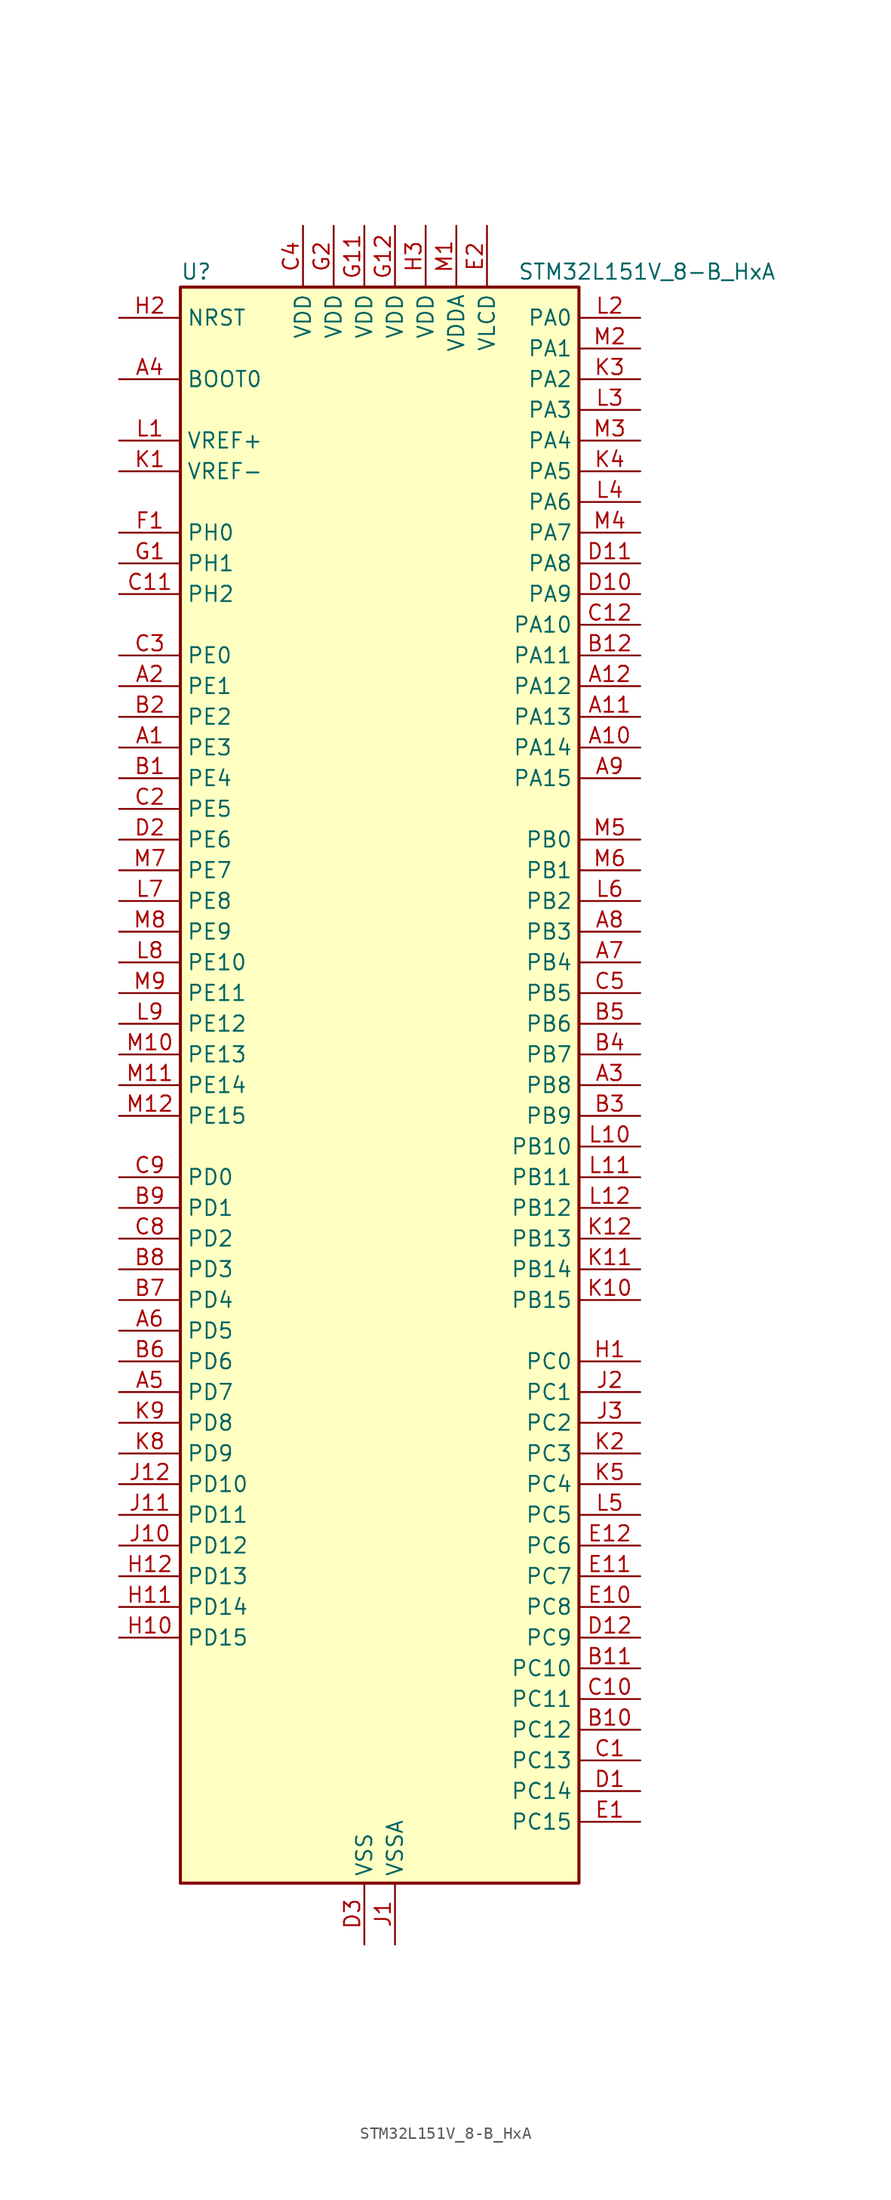
<source format=kicad_sym>
(kicad_symbol_lib
  (version 20231120)
  (generator "kicad-library-utils")
  (generator_version "8.0")
  (symbol "STM32L151V_8-B_HxA"
    (property "Reference" "U"
      (at -15.24 67.31 0)
      (effects (font (size 1.27 1.27)) (justify left)))
    (property "Value" "STM32L151V_8-B_HxA"
      (at 12.7 67.31 0)
      (effects (font (size 1.27 1.27)) (justify left)))
    (symbol "STM32L151V_8-B_HxA_0_1"
      (rectangle (start -15.24 -66.04) (end 17.78 66.04) (stroke (width 0.254) (type default)) (fill (type background))))
    (symbol "STM32L151V_8-B_HxA_1_1"
      (pin bidirectional line (at -20.32 27.94 0) (length 5.08) (name "PE3" (effects (font (size 1.27 1.27)))) (number "A1" (effects (font (size 1.27 1.27)))) (alternate "SYS_TRACED0" bidirectional line) (alternate "TIM3_CH1" bidirectional line) (alternate "TIMX_IC4" bidirectional line))
      (pin bidirectional line (at 22.86 27.94 180) (length 5.08) (name "PA14" (effects (font (size 1.27 1.27)))) (number "A10" (effects (font (size 1.27 1.27)))) (alternate "SYS_JTCK-SWCLK" bidirectional line) (alternate "TIMX_IC3" bidirectional line) (alternate "TS_G5_IO2" bidirectional line))
      (pin bidirectional line (at 22.86 30.48 180) (length 5.08) (name "PA13" (effects (font (size 1.27 1.27)))) (number "A11" (effects (font (size 1.27 1.27)))) (alternate "SYS_JTMS-SWDIO" bidirectional line) (alternate "TIMX_IC2" bidirectional line) (alternate "TS_G5_IO1" bidirectional line))
      (pin bidirectional line (at 22.86 33.02 180) (length 5.08) (name "PA12" (effects (font (size 1.27 1.27)))) (number "A12" (effects (font (size 1.27 1.27)))) (alternate "SPI1_MOSI" bidirectional line) (alternate "TIMX_IC1" bidirectional line) (alternate "USART1_RTS" bidirectional line) (alternate "USB_DP" bidirectional line))
      (pin bidirectional line (at -20.32 33.02 0) (length 5.08) (name "PE1" (effects (font (size 1.27 1.27)))) (number "A2" (effects (font (size 1.27 1.27)))) (alternate "TIM11_CH1" bidirectional line) (alternate "TIMX_IC2" bidirectional line))
      (pin bidirectional line (at 22.86 0 180) (length 5.08) (name "PB8" (effects (font (size 1.27 1.27)))) (number "A3" (effects (font (size 1.27 1.27)))) (alternate "I2C1_SCL" bidirectional line) (alternate "TIM10_CH1" bidirectional line) (alternate "TIM4_CH3" bidirectional line))
      (pin input line (at -20.32 58.42 0) (length 5.08) (name "BOOT0" (effects (font (size 1.27 1.27)))) (number "A4" (effects (font (size 1.27 1.27)))))
      (pin bidirectional line (at -20.32 -25.4 0) (length 5.08) (name "PD7" (effects (font (size 1.27 1.27)))) (number "A5" (effects (font (size 1.27 1.27)))) (alternate "TIM9_CH2" bidirectional line) (alternate "TIMX_IC4" bidirectional line) (alternate "USART2_CK" bidirectional line))
      (pin bidirectional line (at -20.32 -20.32 0) (length 5.08) (name "PD5" (effects (font (size 1.27 1.27)))) (number "A6" (effects (font (size 1.27 1.27)))) (alternate "TIMX_IC2" bidirectional line) (alternate "USART2_TX" bidirectional line))
      (pin bidirectional line (at 22.86 10.16 180) (length 5.08) (name "PB4" (effects (font (size 1.27 1.27)))) (number "A7" (effects (font (size 1.27 1.27)))) (alternate "COMP2_INP" bidirectional line) (alternate "SPI1_MISO" bidirectional line) (alternate "SYS_JTRST" bidirectional line) (alternate "TIM3_CH1" bidirectional line) (alternate "TS_G6_IO1" bidirectional line))
      (pin bidirectional line (at 22.86 12.7 180) (length 5.08) (name "PB3" (effects (font (size 1.27 1.27)))) (number "A8" (effects (font (size 1.27 1.27)))) (alternate "COMP2_INM" bidirectional line) (alternate "SPI1_SCK" bidirectional line) (alternate "SYS_JTDO-TRACESWO" bidirectional line) (alternate "TIM2_CH2" bidirectional line))
      (pin bidirectional line (at 22.86 25.4 180) (length 5.08) (name "PA15" (effects (font (size 1.27 1.27)))) (number "A9" (effects (font (size 1.27 1.27)))) (alternate "ADC_EXTI15" bidirectional line) (alternate "SPI1_NSS" bidirectional line) (alternate "SYS_JTDI" bidirectional line) (alternate "TIM2_CH1" bidirectional line) (alternate "TIM2_ETR" bidirectional line) (alternate "TIMX_IC4" bidirectional line) (alternate "TS_G5_IO3" bidirectional line))
      (pin bidirectional line (at -20.32 25.4 0) (length 5.08) (name "PE4" (effects (font (size 1.27 1.27)))) (number "B1" (effects (font (size 1.27 1.27)))) (alternate "SYS_TRACED1" bidirectional line) (alternate "TIM3_CH2" bidirectional line) (alternate "TIMX_IC1" bidirectional line))
      (pin bidirectional line (at 22.86 -53.34 180) (length 5.08) (name "PC12" (effects (font (size 1.27 1.27)))) (number "B10" (effects (font (size 1.27 1.27)))) (alternate "TIMX_IC1" bidirectional line) (alternate "USART3_CK" bidirectional line))
      (pin bidirectional line (at 22.86 -48.26 180) (length 5.08) (name "PC10" (effects (font (size 1.27 1.27)))) (number "B11" (effects (font (size 1.27 1.27)))) (alternate "TIMX_IC3" bidirectional line) (alternate "USART3_TX" bidirectional line))
      (pin bidirectional line (at 22.86 35.56 180) (length 5.08) (name "PA11" (effects (font (size 1.27 1.27)))) (number "B12" (effects (font (size 1.27 1.27)))) (alternate "ADC_EXTI11" bidirectional line) (alternate "SPI1_MISO" bidirectional line) (alternate "TIMX_IC4" bidirectional line) (alternate "USART1_CTS" bidirectional line) (alternate "USB_DM" bidirectional line))
      (pin bidirectional line (at -20.32 30.48 0) (length 5.08) (name "PE2" (effects (font (size 1.27 1.27)))) (number "B2" (effects (font (size 1.27 1.27)))) (alternate "SYS_TRACECK" bidirectional line) (alternate "TIM3_ETR" bidirectional line) (alternate "TIMX_IC3" bidirectional line))
      (pin bidirectional line (at 22.86 -2.54 180) (length 5.08) (name "PB9" (effects (font (size 1.27 1.27)))) (number "B3" (effects (font (size 1.27 1.27)))) (alternate "DAC_EXTI9" bidirectional line) (alternate "I2C1_SDA" bidirectional line) (alternate "TIM11_CH1" bidirectional line) (alternate "TIM4_CH4" bidirectional line))
      (pin bidirectional line (at 22.86 2.54 180) (length 5.08) (name "PB7" (effects (font (size 1.27 1.27)))) (number "B4" (effects (font (size 1.27 1.27)))) (alternate "I2C1_SDA" bidirectional line) (alternate "SYS_PVD_IN" bidirectional line) (alternate "TIM4_CH2" bidirectional line) (alternate "TS_G6_IO4" bidirectional line) (alternate "USART1_RX" bidirectional line))
      (pin bidirectional line (at 22.86 5.08 180) (length 5.08) (name "PB6" (effects (font (size 1.27 1.27)))) (number "B5" (effects (font (size 1.27 1.27)))) (alternate "I2C1_SCL" bidirectional line) (alternate "TIM4_CH1" bidirectional line) (alternate "TS_G6_IO3" bidirectional line) (alternate "USART1_TX" bidirectional line))
      (pin bidirectional line (at -20.32 -22.86 0) (length 5.08) (name "PD6" (effects (font (size 1.27 1.27)))) (number "B6" (effects (font (size 1.27 1.27)))) (alternate "TIMX_IC3" bidirectional line) (alternate "USART2_RX" bidirectional line))
      (pin bidirectional line (at -20.32 -17.78 0) (length 5.08) (name "PD4" (effects (font (size 1.27 1.27)))) (number "B7" (effects (font (size 1.27 1.27)))) (alternate "SPI2_MOSI" bidirectional line) (alternate "TIMX_IC1" bidirectional line) (alternate "USART2_RTS" bidirectional line))
      (pin bidirectional line (at -20.32 -15.24 0) (length 5.08) (name "PD3" (effects (font (size 1.27 1.27)))) (number "B8" (effects (font (size 1.27 1.27)))) (alternate "SPI2_MISO" bidirectional line) (alternate "TIMX_IC4" bidirectional line) (alternate "USART2_CTS" bidirectional line))
      (pin bidirectional line (at -20.32 -10.16 0) (length 5.08) (name "PD1" (effects (font (size 1.27 1.27)))) (number "B9" (effects (font (size 1.27 1.27)))) (alternate "SPI2_SCK" bidirectional line) (alternate "TIMX_IC2" bidirectional line))
      (pin bidirectional line (at 22.86 -55.88 180) (length 5.08) (name "PC13" (effects (font (size 1.27 1.27)))) (number "C1" (effects (font (size 1.27 1.27)))) (alternate "RTC_OUT_ALARM" bidirectional line) (alternate "RTC_OUT_CALIB" bidirectional line) (alternate "RTC_TAMP1" bidirectional line) (alternate "RTC_TS" bidirectional line) (alternate "SYS_WKUP2" bidirectional line) (alternate "TIMX_IC2" bidirectional line))
      (pin bidirectional line (at 22.86 -50.8 180) (length 5.08) (name "PC11" (effects (font (size 1.27 1.27)))) (number "C10" (effects (font (size 1.27 1.27)))) (alternate "ADC_EXTI11" bidirectional line) (alternate "TIMX_IC4" bidirectional line) (alternate "USART3_RX" bidirectional line))
      (pin bidirectional line (at -20.32 40.64 0) (length 5.08) (name "PH2" (effects (font (size 1.27 1.27)))) (number "C11" (effects (font (size 1.27 1.27)))))
      (pin bidirectional line (at 22.86 38.1 180) (length 5.08) (name "PA10" (effects (font (size 1.27 1.27)))) (number "C12" (effects (font (size 1.27 1.27)))) (alternate "TIMX_IC3" bidirectional line) (alternate "TS_G4_IO3" bidirectional line) (alternate "USART1_RX" bidirectional line))
      (pin bidirectional line (at -20.32 22.86 0) (length 5.08) (name "PE5" (effects (font (size 1.27 1.27)))) (number "C2" (effects (font (size 1.27 1.27)))) (alternate "SYS_TRACED2" bidirectional line) (alternate "TIM9_CH1" bidirectional line) (alternate "TIMX_IC2" bidirectional line))
      (pin bidirectional line (at -20.32 35.56 0) (length 5.08) (name "PE0" (effects (font (size 1.27 1.27)))) (number "C3" (effects (font (size 1.27 1.27)))) (alternate "TIM10_CH1" bidirectional line) (alternate "TIM4_ETR" bidirectional line) (alternate "TIMX_IC1" bidirectional line))
      (pin power_in line (at -5.08 71.12 270) (length 5.08) (name "VDD" (effects (font (size 1.27 1.27)))) (number "C4" (effects (font (size 1.27 1.27)))))
      (pin bidirectional line (at 22.86 7.62 180) (length 5.08) (name "PB5" (effects (font (size 1.27 1.27)))) (number "C5" (effects (font (size 1.27 1.27)))) (alternate "COMP2_INP" bidirectional line) (alternate "I2C1_SMBA" bidirectional line) (alternate "SPI1_MOSI" bidirectional line) (alternate "TIM3_CH2" bidirectional line) (alternate "TS_G6_IO2" bidirectional line))
      (pin bidirectional line (at -20.32 -12.7 0) (length 5.08) (name "PD2" (effects (font (size 1.27 1.27)))) (number "C8" (effects (font (size 1.27 1.27)))) (alternate "TIM3_ETR" bidirectional line) (alternate "TIMX_IC3" bidirectional line))
      (pin bidirectional line (at -20.32 -7.62 0) (length 5.08) (name "PD0" (effects (font (size 1.27 1.27)))) (number "C9" (effects (font (size 1.27 1.27)))) (alternate "SPI2_NSS" bidirectional line) (alternate "TIM9_CH1" bidirectional line) (alternate "TIMX_IC1" bidirectional line))
      (pin bidirectional line (at 22.86 -58.42 180) (length 5.08) (name "PC14" (effects (font (size 1.27 1.27)))) (number "D1" (effects (font (size 1.27 1.27)))) (alternate "RCC_OSC32_IN" bidirectional line) (alternate "TIMX_IC3" bidirectional line))
      (pin bidirectional line (at 22.86 40.64 180) (length 5.08) (name "PA9" (effects (font (size 1.27 1.27)))) (number "D10" (effects (font (size 1.27 1.27)))) (alternate "DAC_EXTI9" bidirectional line) (alternate "TIMX_IC2" bidirectional line) (alternate "TS_G4_IO2" bidirectional line) (alternate "USART1_TX" bidirectional line))
      (pin bidirectional line (at 22.86 43.18 180) (length 5.08) (name "PA8" (effects (font (size 1.27 1.27)))) (number "D11" (effects (font (size 1.27 1.27)))) (alternate "RCC_MCO" bidirectional line) (alternate "TIMX_IC1" bidirectional line) (alternate "TS_G4_IO1" bidirectional line) (alternate "USART1_CK" bidirectional line))
      (pin bidirectional line (at 22.86 -45.72 180) (length 5.08) (name "PC9" (effects (font (size 1.27 1.27)))) (number "D12" (effects (font (size 1.27 1.27)))) (alternate "DAC_EXTI9" bidirectional line) (alternate "TIM3_CH4" bidirectional line) (alternate "TIMX_IC2" bidirectional line) (alternate "TS_G10_IO4" bidirectional line))
      (pin bidirectional line (at -20.32 20.32 0) (length 5.08) (name "PE6" (effects (font (size 1.27 1.27)))) (number "D2" (effects (font (size 1.27 1.27)))) (alternate "RTC_TAMP3" bidirectional line) (alternate "SYS_TRACED3" bidirectional line) (alternate "SYS_WKUP3" bidirectional line) (alternate "TIM9_CH2" bidirectional line) (alternate "TIMX_IC3" bidirectional line))
      (pin power_in line (at 0 -71.12 90) (length 5.08) (name "VSS" (effects (font (size 1.27 1.27)))) (number "D3" (effects (font (size 1.27 1.27)))))
      (pin bidirectional line (at 22.86 -60.96 180) (length 5.08) (name "PC15" (effects (font (size 1.27 1.27)))) (number "E1" (effects (font (size 1.27 1.27)))) (alternate "ADC_EXTI15" bidirectional line) (alternate "RCC_OSC32_OUT" bidirectional line) (alternate "TIMX_IC4" bidirectional line))
      (pin bidirectional line (at 22.86 -43.18 180) (length 5.08) (name "PC8" (effects (font (size 1.27 1.27)))) (number "E10" (effects (font (size 1.27 1.27)))) (alternate "TIM3_CH3" bidirectional line) (alternate "TIMX_IC1" bidirectional line) (alternate "TS_G10_IO3" bidirectional line))
      (pin bidirectional line (at 22.86 -40.64 180) (length 5.08) (name "PC7" (effects (font (size 1.27 1.27)))) (number "E11" (effects (font (size 1.27 1.27)))) (alternate "TIM3_CH2" bidirectional line) (alternate "TIMX_IC4" bidirectional line) (alternate "TS_G10_IO2" bidirectional line))
      (pin bidirectional line (at 22.86 -38.1 180) (length 5.08) (name "PC6" (effects (font (size 1.27 1.27)))) (number "E12" (effects (font (size 1.27 1.27)))) (alternate "TIM3_CH1" bidirectional line) (alternate "TIMX_IC3" bidirectional line) (alternate "TS_G10_IO1" bidirectional line))
      (pin power_in line (at 10.16 71.12 270) (length 5.08) (name "VLCD" (effects (font (size 1.27 1.27)))) (number "E2" (effects (font (size 1.27 1.27)))))
      (pin passive line (at 0 -71.12 90) (length 5.08) hide (name "VSS" (effects (font (size 1.27 1.27)))) (number "E3" (effects (font (size 1.27 1.27)))))
      (pin bidirectional line (at -20.32 45.72 0) (length 5.08) (name "PH0" (effects (font (size 1.27 1.27)))) (number "F1" (effects (font (size 1.27 1.27)))) (alternate "RCC_OSC_IN" bidirectional line))
      (pin passive line (at 0 -71.12 90) (length 5.08) hide (name "VSS" (effects (font (size 1.27 1.27)))) (number "F11" (effects (font (size 1.27 1.27)))))
      (pin passive line (at 0 -71.12 90) (length 5.08) hide (name "VSS" (effects (font (size 1.27 1.27)))) (number "F12" (effects (font (size 1.27 1.27)))))
      (pin passive line (at 0 -71.12 90) (length 5.08) hide (name "VSS" (effects (font (size 1.27 1.27)))) (number "F2" (effects (font (size 1.27 1.27)))))
      (pin bidirectional line (at -20.32 43.18 0) (length 5.08) (name "PH1" (effects (font (size 1.27 1.27)))) (number "G1" (effects (font (size 1.27 1.27)))) (alternate "RCC_OSC_OUT" bidirectional line))
      (pin power_in line (at 0 71.12 270) (length 5.08) (name "VDD" (effects (font (size 1.27 1.27)))) (number "G11" (effects (font (size 1.27 1.27)))))
      (pin power_in line (at 2.54 71.12 270) (length 5.08) (name "VDD" (effects (font (size 1.27 1.27)))) (number "G12" (effects (font (size 1.27 1.27)))))
      (pin power_in line (at -2.54 71.12 270) (length 5.08) (name "VDD" (effects (font (size 1.27 1.27)))) (number "G2" (effects (font (size 1.27 1.27)))))
      (pin bidirectional line (at 22.86 -22.86 180) (length 5.08) (name "PC0" (effects (font (size 1.27 1.27)))) (number "H1" (effects (font (size 1.27 1.27)))) (alternate "ADC_IN10" bidirectional line) (alternate "COMP1_INP" bidirectional line) (alternate "TIMX_IC1" bidirectional line) (alternate "TS_G8_IO1" bidirectional line))
      (pin bidirectional line (at -20.32 -45.72 0) (length 5.08) (name "PD15" (effects (font (size 1.27 1.27)))) (number "H10" (effects (font (size 1.27 1.27)))) (alternate "ADC_EXTI15" bidirectional line) (alternate "TIM4_CH4" bidirectional line) (alternate "TIMX_IC4" bidirectional line))
      (pin bidirectional line (at -20.32 -43.18 0) (length 5.08) (name "PD14" (effects (font (size 1.27 1.27)))) (number "H11" (effects (font (size 1.27 1.27)))) (alternate "TIM4_CH3" bidirectional line) (alternate "TIMX_IC3" bidirectional line))
      (pin bidirectional line (at -20.32 -40.64 0) (length 5.08) (name "PD13" (effects (font (size 1.27 1.27)))) (number "H12" (effects (font (size 1.27 1.27)))) (alternate "TIM4_CH2" bidirectional line) (alternate "TIMX_IC2" bidirectional line))
      (pin input line (at -20.32 63.5 0) (length 5.08) (name "NRST" (effects (font (size 1.27 1.27)))) (number "H2" (effects (font (size 1.27 1.27)))))
      (pin power_in line (at 5.08 71.12 270) (length 5.08) (name "VDD" (effects (font (size 1.27 1.27)))) (number "H3" (effects (font (size 1.27 1.27)))))
      (pin power_in line (at 2.54 -71.12 90) (length 5.08) (name "VSSA" (effects (font (size 1.27 1.27)))) (number "J1" (effects (font (size 1.27 1.27)))))
      (pin bidirectional line (at -20.32 -38.1 0) (length 5.08) (name "PD12" (effects (font (size 1.27 1.27)))) (number "J10" (effects (font (size 1.27 1.27)))) (alternate "TIM4_CH1" bidirectional line) (alternate "TIMX_IC1" bidirectional line) (alternate "USART3_RTS" bidirectional line))
      (pin bidirectional line (at -20.32 -35.56 0) (length 5.08) (name "PD11" (effects (font (size 1.27 1.27)))) (number "J11" (effects (font (size 1.27 1.27)))) (alternate "ADC_EXTI11" bidirectional line) (alternate "TIMX_IC4" bidirectional line) (alternate "USART3_CTS" bidirectional line))
      (pin bidirectional line (at -20.32 -33.02 0) (length 5.08) (name "PD10" (effects (font (size 1.27 1.27)))) (number "J12" (effects (font (size 1.27 1.27)))) (alternate "TIMX_IC3" bidirectional line) (alternate "USART3_CK" bidirectional line))
      (pin bidirectional line (at 22.86 -25.4 180) (length 5.08) (name "PC1" (effects (font (size 1.27 1.27)))) (number "J2" (effects (font (size 1.27 1.27)))) (alternate "ADC_IN11" bidirectional line) (alternate "COMP1_INP" bidirectional line) (alternate "TIMX_IC2" bidirectional line) (alternate "TS_G8_IO2" bidirectional line))
      (pin bidirectional line (at 22.86 -27.94 180) (length 5.08) (name "PC2" (effects (font (size 1.27 1.27)))) (number "J3" (effects (font (size 1.27 1.27)))) (alternate "ADC_IN12" bidirectional line) (alternate "COMP1_INP" bidirectional line) (alternate "TIMX_IC3" bidirectional line) (alternate "TS_G8_IO3" bidirectional line))
      (pin input line (at -20.32 50.8 0) (length 5.08) (name "VREF-" (effects (font (size 1.27 1.27)))) (number "K1" (effects (font (size 1.27 1.27)))))
      (pin bidirectional line (at 22.86 -17.78 180) (length 5.08) (name "PB15" (effects (font (size 1.27 1.27)))) (number "K10" (effects (font (size 1.27 1.27)))) (alternate "ADC_EXTI15" bidirectional line) (alternate "ADC_IN21" bidirectional line) (alternate "COMP1_INP" bidirectional line) (alternate "RTC_REFIN" bidirectional line) (alternate "SPI2_MOSI" bidirectional line) (alternate "TIM11_CH1" bidirectional line) (alternate "TS_G7_IO4" bidirectional line))
      (pin bidirectional line (at 22.86 -15.24 180) (length 5.08) (name "PB14" (effects (font (size 1.27 1.27)))) (number "K11" (effects (font (size 1.27 1.27)))) (alternate "ADC_IN20" bidirectional line) (alternate "COMP1_INP" bidirectional line) (alternate "SPI2_MISO" bidirectional line) (alternate "TIM9_CH2" bidirectional line) (alternate "TS_G7_IO3" bidirectional line) (alternate "USART3_RTS" bidirectional line))
      (pin bidirectional line (at 22.86 -12.7 180) (length 5.08) (name "PB13" (effects (font (size 1.27 1.27)))) (number "K12" (effects (font (size 1.27 1.27)))) (alternate "ADC_IN19" bidirectional line) (alternate "COMP1_INP" bidirectional line) (alternate "SPI2_SCK" bidirectional line) (alternate "TIM9_CH1" bidirectional line) (alternate "TS_G7_IO2" bidirectional line) (alternate "USART3_CTS" bidirectional line))
      (pin bidirectional line (at 22.86 -30.48 180) (length 5.08) (name "PC3" (effects (font (size 1.27 1.27)))) (number "K2" (effects (font (size 1.27 1.27)))) (alternate "ADC_IN13" bidirectional line) (alternate "COMP1_INP" bidirectional line) (alternate "TIMX_IC4" bidirectional line) (alternate "TS_G8_IO4" bidirectional line))
      (pin bidirectional line (at 22.86 58.42 180) (length 5.08) (name "PA2" (effects (font (size 1.27 1.27)))) (number "K3" (effects (font (size 1.27 1.27)))) (alternate "ADC_IN2" bidirectional line) (alternate "COMP1_INP" bidirectional line) (alternate "TIM2_CH3" bidirectional line) (alternate "TIM9_CH1" bidirectional line) (alternate "TIMX_IC3" bidirectional line) (alternate "TS_G1_IO3" bidirectional line) (alternate "USART2_TX" bidirectional line))
      (pin bidirectional line (at 22.86 50.8 180) (length 5.08) (name "PA5" (effects (font (size 1.27 1.27)))) (number "K4" (effects (font (size 1.27 1.27)))) (alternate "ADC_IN5" bidirectional line) (alternate "COMP1_INP" bidirectional line) (alternate "DAC_OUT2" bidirectional line) (alternate "SPI1_SCK" bidirectional line) (alternate "TIM2_CH1" bidirectional line) (alternate "TIM2_ETR" bidirectional line) (alternate "TIMX_IC2" bidirectional line))
      (pin bidirectional line (at 22.86 -33.02 180) (length 5.08) (name "PC4" (effects (font (size 1.27 1.27)))) (number "K5" (effects (font (size 1.27 1.27)))) (alternate "ADC_IN14" bidirectional line) (alternate "COMP1_INP" bidirectional line) (alternate "TIMX_IC1" bidirectional line) (alternate "TS_G9_IO1" bidirectional line))
      (pin bidirectional line (at -20.32 -30.48 0) (length 5.08) (name "PD9" (effects (font (size 1.27 1.27)))) (number "K8" (effects (font (size 1.27 1.27)))) (alternate "DAC_EXTI9" bidirectional line) (alternate "TIMX_IC2" bidirectional line) (alternate "USART3_RX" bidirectional line))
      (pin bidirectional line (at -20.32 -27.94 0) (length 5.08) (name "PD8" (effects (font (size 1.27 1.27)))) (number "K9" (effects (font (size 1.27 1.27)))) (alternate "TIMX_IC1" bidirectional line) (alternate "USART3_TX" bidirectional line))
      (pin input line (at -20.32 53.34 0) (length 5.08) (name "VREF+" (effects (font (size 1.27 1.27)))) (number "L1" (effects (font (size 1.27 1.27)))))
      (pin bidirectional line (at 22.86 -5.08 180) (length 5.08) (name "PB10" (effects (font (size 1.27 1.27)))) (number "L10" (effects (font (size 1.27 1.27)))) (alternate "I2C2_SCL" bidirectional line) (alternate "TIM2_CH3" bidirectional line) (alternate "USART3_TX" bidirectional line))
      (pin bidirectional line (at 22.86 -7.62 180) (length 5.08) (name "PB11" (effects (font (size 1.27 1.27)))) (number "L11" (effects (font (size 1.27 1.27)))) (alternate "ADC_EXTI11" bidirectional line) (alternate "I2C2_SDA" bidirectional line) (alternate "TIM2_CH4" bidirectional line) (alternate "USART3_RX" bidirectional line))
      (pin bidirectional line (at 22.86 -10.16 180) (length 5.08) (name "PB12" (effects (font (size 1.27 1.27)))) (number "L12" (effects (font (size 1.27 1.27)))) (alternate "ADC_IN18" bidirectional line) (alternate "COMP1_INP" bidirectional line) (alternate "I2C2_SMBA" bidirectional line) (alternate "SPI2_NSS" bidirectional line) (alternate "TIM10_CH1" bidirectional line) (alternate "TS_G7_IO1" bidirectional line) (alternate "USART3_CK" bidirectional line))
      (pin bidirectional line (at 22.86 63.5 180) (length 5.08) (name "PA0" (effects (font (size 1.27 1.27)))) (number "L2" (effects (font (size 1.27 1.27)))) (alternate "ADC_IN0" bidirectional line) (alternate "COMP1_INP" bidirectional line) (alternate "RTC_TAMP2" bidirectional line) (alternate "SYS_WKUP1" bidirectional line) (alternate "TIM2_CH1" bidirectional line) (alternate "TIM2_ETR" bidirectional line) (alternate "TIMX_IC1" bidirectional line) (alternate "TS_G1_IO1" bidirectional line) (alternate "USART2_CTS" bidirectional line))
      (pin bidirectional line (at 22.86 55.88 180) (length 5.08) (name "PA3" (effects (font (size 1.27 1.27)))) (number "L3" (effects (font (size 1.27 1.27)))) (alternate "ADC_IN3" bidirectional line) (alternate "COMP1_INP" bidirectional line) (alternate "TIM2_CH4" bidirectional line) (alternate "TIM9_CH2" bidirectional line) (alternate "TIMX_IC4" bidirectional line) (alternate "TS_G1_IO4" bidirectional line) (alternate "USART2_RX" bidirectional line))
      (pin bidirectional line (at 22.86 48.26 180) (length 5.08) (name "PA6" (effects (font (size 1.27 1.27)))) (number "L4" (effects (font (size 1.27 1.27)))) (alternate "ADC_IN6" bidirectional line) (alternate "COMP1_INP" bidirectional line) (alternate "SPI1_MISO" bidirectional line) (alternate "TIM10_CH1" bidirectional line) (alternate "TIM3_CH1" bidirectional line) (alternate "TIMX_IC3" bidirectional line) (alternate "TS_G2_IO1" bidirectional line))
      (pin bidirectional line (at 22.86 -35.56 180) (length 5.08) (name "PC5" (effects (font (size 1.27 1.27)))) (number "L5" (effects (font (size 1.27 1.27)))) (alternate "ADC_IN15" bidirectional line) (alternate "COMP1_INP" bidirectional line) (alternate "TIMX_IC2" bidirectional line) (alternate "TS_G9_IO2" bidirectional line))
      (pin bidirectional line (at 22.86 15.24 180) (length 5.08) (name "PB2" (effects (font (size 1.27 1.27)))) (number "L6" (effects (font (size 1.27 1.27)))) (alternate "TS_G3_IO3" bidirectional line))
      (pin bidirectional line (at -20.32 15.24 0) (length 5.08) (name "PE8" (effects (font (size 1.27 1.27)))) (number "L7" (effects (font (size 1.27 1.27)))) (alternate "ADC_IN23" bidirectional line) (alternate "COMP1_INP" bidirectional line) (alternate "TIMX_IC1" bidirectional line))
      (pin bidirectional line (at -20.32 10.16 0) (length 5.08) (name "PE10" (effects (font (size 1.27 1.27)))) (number "L8" (effects (font (size 1.27 1.27)))) (alternate "ADC_IN25" bidirectional line) (alternate "COMP1_INP" bidirectional line) (alternate "TIM2_CH2" bidirectional line) (alternate "TIMX_IC3" bidirectional line))
      (pin bidirectional line (at -20.32 5.08 0) (length 5.08) (name "PE12" (effects (font (size 1.27 1.27)))) (number "L9" (effects (font (size 1.27 1.27)))) (alternate "SPI1_NSS" bidirectional line) (alternate "TIM2_CH4" bidirectional line) (alternate "TIMX_IC1" bidirectional line))
      (pin power_in line (at 7.62 71.12 270) (length 5.08) (name "VDDA" (effects (font (size 1.27 1.27)))) (number "M1" (effects (font (size 1.27 1.27)))))
      (pin bidirectional line (at -20.32 2.54 0) (length 5.08) (name "PE13" (effects (font (size 1.27 1.27)))) (number "M10" (effects (font (size 1.27 1.27)))) (alternate "SPI1_SCK" bidirectional line) (alternate "TIMX_IC2" bidirectional line))
      (pin bidirectional line (at -20.32 0 0) (length 5.08) (name "PE14" (effects (font (size 1.27 1.27)))) (number "M11" (effects (font (size 1.27 1.27)))) (alternate "SPI1_MISO" bidirectional line) (alternate "TIMX_IC3" bidirectional line))
      (pin bidirectional line (at -20.32 -2.54 0) (length 5.08) (name "PE15" (effects (font (size 1.27 1.27)))) (number "M12" (effects (font (size 1.27 1.27)))) (alternate "ADC_EXTI15" bidirectional line) (alternate "SPI1_MOSI" bidirectional line) (alternate "TIMX_IC4" bidirectional line))
      (pin bidirectional line (at 22.86 60.96 180) (length 5.08) (name "PA1" (effects (font (size 1.27 1.27)))) (number "M2" (effects (font (size 1.27 1.27)))) (alternate "ADC_IN1" bidirectional line) (alternate "COMP1_INP" bidirectional line) (alternate "TIM2_CH2" bidirectional line) (alternate "TIMX_IC2" bidirectional line) (alternate "TS_G1_IO2" bidirectional line) (alternate "USART2_RTS" bidirectional line))
      (pin bidirectional line (at 22.86 53.34 180) (length 5.08) (name "PA4" (effects (font (size 1.27 1.27)))) (number "M3" (effects (font (size 1.27 1.27)))) (alternate "ADC_IN4" bidirectional line) (alternate "COMP1_INP" bidirectional line) (alternate "DAC_OUT1" bidirectional line) (alternate "SPI1_NSS" bidirectional line) (alternate "TIMX_IC1" bidirectional line) (alternate "USART2_CK" bidirectional line))
      (pin bidirectional line (at 22.86 45.72 180) (length 5.08) (name "PA7" (effects (font (size 1.27 1.27)))) (number "M4" (effects (font (size 1.27 1.27)))) (alternate "ADC_IN7" bidirectional line) (alternate "COMP1_INP" bidirectional line) (alternate "SPI1_MOSI" bidirectional line) (alternate "TIM11_CH1" bidirectional line) (alternate "TIM3_CH2" bidirectional line) (alternate "TIMX_IC4" bidirectional line) (alternate "TS_G2_IO2" bidirectional line))
      (pin bidirectional line (at 22.86 20.32 180) (length 5.08) (name "PB0" (effects (font (size 1.27 1.27)))) (number "M5" (effects (font (size 1.27 1.27)))) (alternate "ADC_IN8" bidirectional line) (alternate "COMP1_INP" bidirectional line) (alternate "SYS_V_REF_OUT" bidirectional line) (alternate "TIM3_CH3" bidirectional line) (alternate "TS_G3_IO1" bidirectional line))
      (pin bidirectional line (at 22.86 17.78 180) (length 5.08) (name "PB1" (effects (font (size 1.27 1.27)))) (number "M6" (effects (font (size 1.27 1.27)))) (alternate "ADC_IN9" bidirectional line) (alternate "COMP1_INP" bidirectional line) (alternate "SYS_V_REF_OUT" bidirectional line) (alternate "TIM3_CH4" bidirectional line) (alternate "TS_G3_IO2" bidirectional line))
      (pin bidirectional line (at -20.32 17.78 0) (length 5.08) (name "PE7" (effects (font (size 1.27 1.27)))) (number "M7" (effects (font (size 1.27 1.27)))) (alternate "ADC_IN22" bidirectional line) (alternate "COMP1_INP" bidirectional line) (alternate "TIMX_IC4" bidirectional line))
      (pin bidirectional line (at -20.32 12.7 0) (length 5.08) (name "PE9" (effects (font (size 1.27 1.27)))) (number "M8" (effects (font (size 1.27 1.27)))) (alternate "ADC_IN24" bidirectional line) (alternate "COMP1_INP" bidirectional line) (alternate "DAC_EXTI9" bidirectional line) (alternate "TIM2_CH1" bidirectional line) (alternate "TIM2_ETR" bidirectional line) (alternate "TIMX_IC2" bidirectional line))
      (pin bidirectional line (at -20.32 7.62 0) (length 5.08) (name "PE11" (effects (font (size 1.27 1.27)))) (number "M9" (effects (font (size 1.27 1.27)))) (alternate "ADC_EXTI11" bidirectional line) (alternate "TIM2_CH3" bidirectional line) (alternate "TIMX_IC4" bidirectional line)))))
</source>
